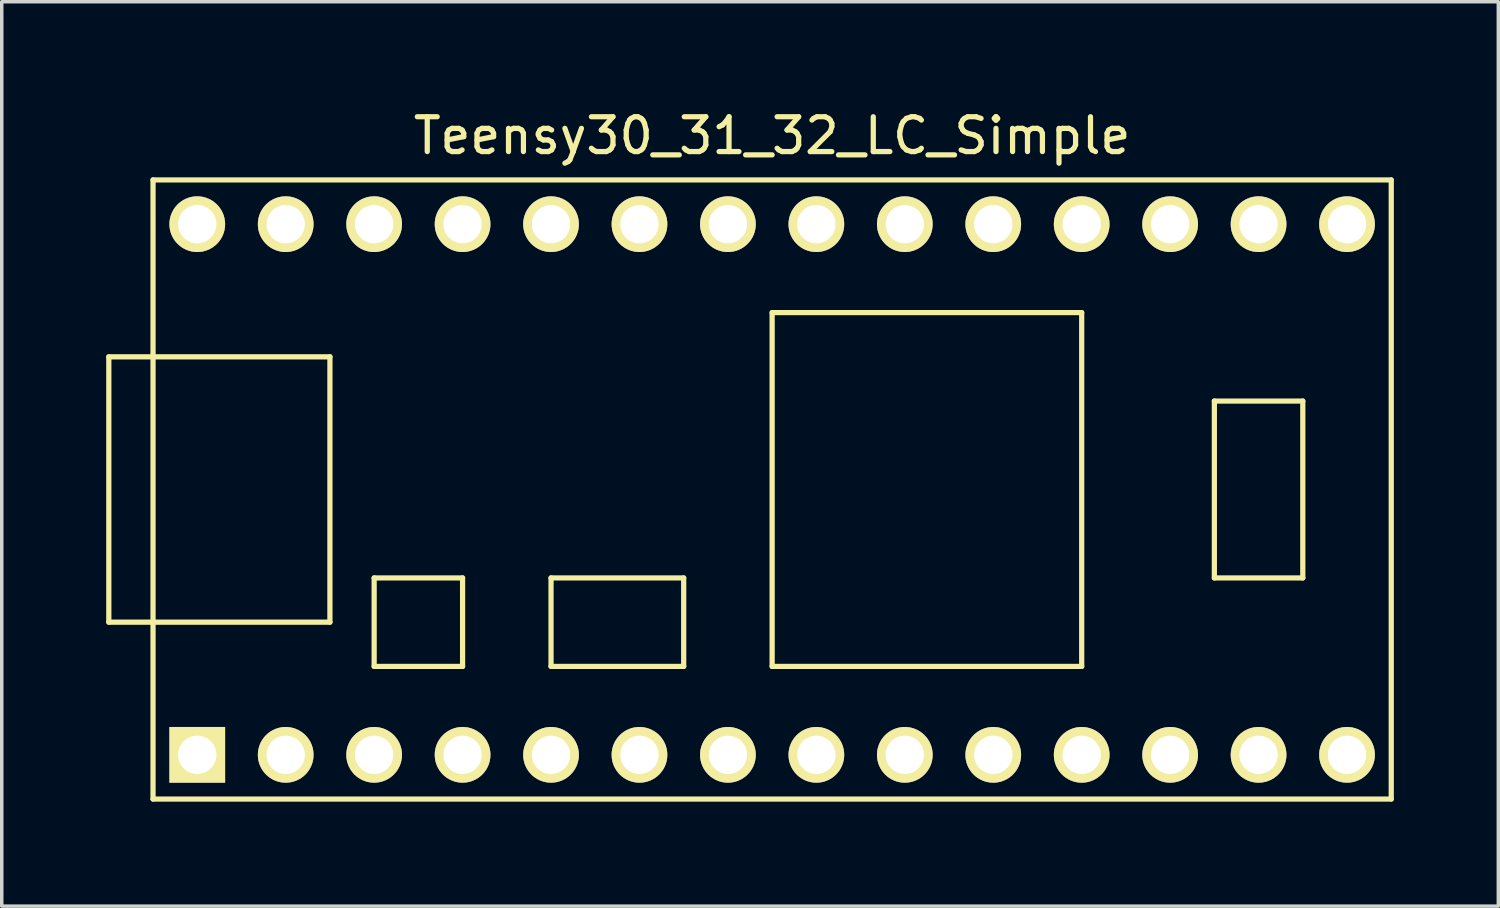
<source format=kicad_pcb>
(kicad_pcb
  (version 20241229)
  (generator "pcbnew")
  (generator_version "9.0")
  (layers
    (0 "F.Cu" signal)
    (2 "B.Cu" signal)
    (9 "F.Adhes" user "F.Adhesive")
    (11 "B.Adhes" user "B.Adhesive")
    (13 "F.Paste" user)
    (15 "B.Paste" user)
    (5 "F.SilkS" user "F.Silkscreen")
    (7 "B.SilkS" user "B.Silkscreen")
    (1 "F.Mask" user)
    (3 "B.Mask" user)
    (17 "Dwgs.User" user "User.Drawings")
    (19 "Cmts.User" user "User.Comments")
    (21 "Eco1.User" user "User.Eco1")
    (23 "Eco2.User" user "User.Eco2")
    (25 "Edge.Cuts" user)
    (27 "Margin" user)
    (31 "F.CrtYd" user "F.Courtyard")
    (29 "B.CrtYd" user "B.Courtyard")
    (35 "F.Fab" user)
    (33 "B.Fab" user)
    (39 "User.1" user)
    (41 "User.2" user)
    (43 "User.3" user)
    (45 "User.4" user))
  (footprint "Teensy30_31_32_LC_Simple"
    (layer "F.Cu")
    (at 19.125 11.008)
    (property "Reference" "Teensy30_31_32_LC_Simple" (at 0 -10.16 0) (layer "F.SilkS") (effects (font (size 1 1) (thickness 0.15))))
    (attr through_hole)
    (fp_line (start -19.05 -3.81) (end -17.78 -3.81) (stroke (width 0.15) (type solid)) (layer "F.SilkS"))
    (fp_line (start -19.05 3.81) (end -19.05 -3.81) (stroke (width 0.15) (type solid)) (layer "F.SilkS"))
    (fp_line (start -17.78 -8.89) (end 17.78 -8.89) (stroke (width 0.15) (type solid)) (layer "F.SilkS"))
    (fp_line (start -17.78 3.81) (end -19.05 3.81) (stroke (width 0.15) (type solid)) (layer "F.SilkS"))
    (fp_line (start -17.78 8.89) (end -17.78 -8.89) (stroke (width 0.15) (type solid)) (layer "F.SilkS"))
    (fp_line (start -12.7 -3.81) (end -17.78 -3.81) (stroke (width 0.15) (type solid)) (layer "F.SilkS"))
    (fp_line (start -12.7 3.81) (end -17.78 3.81) (stroke (width 0.15) (type solid)) (layer "F.SilkS"))
    (fp_line (start -12.7 3.81) (end -12.7 -3.81) (stroke (width 0.15) (type solid)) (layer "F.SilkS"))
    (fp_line (start -11.43 2.54) (end -11.43 5.08) (stroke (width 0.15) (type solid)) (layer "F.SilkS"))
    (fp_line (start -11.43 5.08) (end -8.89 5.08) (stroke (width 0.15) (type solid)) (layer "F.SilkS"))
    (fp_line (start -8.89 2.54) (end -11.43 2.54) (stroke (width 0.15) (type solid)) (layer "F.SilkS"))
    (fp_line (start -8.89 5.08) (end -8.89 2.54) (stroke (width 0.15) (type solid)) (layer "F.SilkS"))
    (fp_line (start -6.35 2.54) (end -6.35 5.08) (stroke (width 0.15) (type solid)) (layer "F.SilkS"))
    (fp_line (start -6.35 5.08) (end -2.54 5.08) (stroke (width 0.15) (type solid)) (layer "F.SilkS"))
    (fp_line (start -2.54 2.54) (end -6.35 2.54) (stroke (width 0.15) (type solid)) (layer "F.SilkS"))
    (fp_line (start -2.54 5.08) (end -2.54 2.54) (stroke (width 0.15) (type solid)) (layer "F.SilkS"))
    (fp_line (start 0 -5.08) (end 0 5.08) (stroke (width 0.15) (type solid)) (layer "F.SilkS"))
    (fp_line (start 8.89 -5.08) (end 0 -5.08) (stroke (width 0.15) (type solid)) (layer "F.SilkS"))
    (fp_line (start 8.89 5.08) (end 0 5.08) (stroke (width 0.15) (type solid)) (layer "F.SilkS"))
    (fp_line (start 8.89 5.08) (end 8.89 -5.08) (stroke (width 0.15) (type solid)) (layer "F.SilkS"))
    (fp_line (start 12.7 -2.54) (end 15.24 -2.54) (stroke (width 0.15) (type solid)) (layer "F.SilkS"))
    (fp_line (start 12.7 2.54) (end 12.7 -2.54) (stroke (width 0.15) (type solid)) (layer "F.SilkS"))
    (fp_line (start 15.24 -2.54) (end 15.24 2.54) (stroke (width 0.15) (type solid)) (layer "F.SilkS"))
    (fp_line (start 15.24 2.54) (end 12.7 2.54) (stroke (width 0.15) (type solid)) (layer "F.SilkS"))
    (fp_line (start 17.78 -8.89) (end 17.78 8.89) (stroke (width 0.15) (type solid)) (layer "F.SilkS"))
    (fp_line (start 17.78 8.89) (end -17.78 8.89) (stroke (width 0.15) (type solid)) (layer "F.SilkS"))
    (pad "1" thru_hole rect (at -16.51 7.62) (size 1.6 1.6) (drill 1.1) (layers "*.Cu" "*.Mask" "F.SilkS"))
    (pad "2" thru_hole circle (at -13.97 7.62) (size 1.6 1.6) (drill 1.1) (layers "*.Cu" "*.Mask" "F.SilkS"))
    (pad "3" thru_hole circle (at -11.43 7.62) (size 1.6 1.6) (drill 1.1) (layers "*.Cu" "*.Mask" "F.SilkS"))
    (pad "4" thru_hole circle (at -8.89 7.62) (size 1.6 1.6) (drill 1.1) (layers "*.Cu" "*.Mask" "F.SilkS"))
    (pad "5" thru_hole circle (at -6.35 7.62) (size 1.6 1.6) (drill 1.1) (layers "*.Cu" "*.Mask" "F.SilkS"))
    (pad "6" thru_hole circle (at -3.81 7.62) (size 1.6 1.6) (drill 1.1) (layers "*.Cu" "*.Mask" "F.SilkS"))
    (pad "7" thru_hole circle (at -1.27 7.62) (size 1.6 1.6) (drill 1.1) (layers "*.Cu" "*.Mask" "F.SilkS"))
    (pad "8" thru_hole circle (at 1.27 7.62) (size 1.6 1.6) (drill 1.1) (layers "*.Cu" "*.Mask" "F.SilkS"))
    (pad "9" thru_hole circle (at 3.81 7.62) (size 1.6 1.6) (drill 1.1) (layers "*.Cu" "*.Mask" "F.SilkS"))
    (pad "10" thru_hole circle (at 6.35 7.62) (size 1.6 1.6) (drill 1.1) (layers "*.Cu" "*.Mask" "F.SilkS"))
    (pad "11" thru_hole circle (at 8.89 7.62) (size 1.6 1.6) (drill 1.1) (layers "*.Cu" "*.Mask" "F.SilkS"))
    (pad "12" thru_hole circle (at 11.43 7.62) (size 1.6 1.6) (drill 1.1) (layers "*.Cu" "*.Mask" "F.SilkS"))
    (pad "13" thru_hole circle (at 13.97 7.62) (size 1.6 1.6) (drill 1.1) (layers "*.Cu" "*.Mask" "F.SilkS"))
    (pad "14" thru_hole circle (at 16.51 7.62) (size 1.6 1.6) (drill 1.1) (layers "*.Cu" "*.Mask" "F.SilkS"))
    (pad "20" thru_hole circle (at 16.51 -7.62) (size 1.6 1.6) (drill 1.1) (layers "*.Cu" "*.Mask" "F.SilkS"))
    (pad "21" thru_hole circle (at 13.97 -7.62) (size 1.6 1.6) (drill 1.1) (layers "*.Cu" "*.Mask" "F.SilkS"))
    (pad "22" thru_hole circle (at 11.43 -7.62) (size 1.6 1.6) (drill 1.1) (layers "*.Cu" "*.Mask" "F.SilkS"))
    (pad "23" thru_hole circle (at 8.89 -7.62) (size 1.6 1.6) (drill 1.1) (layers "*.Cu" "*.Mask" "F.SilkS"))
    (pad "24" thru_hole circle (at 6.35 -7.62) (size 1.6 1.6) (drill 1.1) (layers "*.Cu" "*.Mask" "F.SilkS"))
    (pad "25" thru_hole circle (at 3.81 -7.62) (size 1.6 1.6) (drill 1.1) (layers "*.Cu" "*.Mask" "F.SilkS"))
    (pad "26" thru_hole circle (at 1.27 -7.62) (size 1.6 1.6) (drill 1.1) (layers "*.Cu" "*.Mask" "F.SilkS"))
    (pad "27" thru_hole circle (at -1.27 -7.62) (size 1.6 1.6) (drill 1.1) (layers "*.Cu" "*.Mask" "F.SilkS"))
    (pad "28" thru_hole circle (at -3.81 -7.62) (size 1.6 1.6) (drill 1.1) (layers "*.Cu" "*.Mask" "F.SilkS"))
    (pad "29" thru_hole circle (at -6.35 -7.62) (size 1.6 1.6) (drill 1.1) (layers "*.Cu" "*.Mask" "F.SilkS"))
    (pad "30" thru_hole circle (at -8.89 -7.62) (size 1.6 1.6) (drill 1.1) (layers "*.Cu" "*.Mask" "F.SilkS"))
    (pad "31" thru_hole circle (at -11.43 -7.62) (size 1.6 1.6) (drill 1.1) (layers "*.Cu" "*.Mask" "F.SilkS"))
    (pad "32" thru_hole circle (at -13.97 -7.62) (size 1.6 1.6) (drill 1.1) (layers "*.Cu" "*.Mask" "F.SilkS"))
    (pad "33" thru_hole circle (at -16.51 -7.62) (size 1.6 1.6) (drill 1.1) (layers "*.Cu" "*.Mask" "F.SilkS")))
  (gr_rect
    (start -3 -3)
    (end 39.98 22.973)
    (stroke (width 0.1) (type default))
    (fill no)
    (layer "Edge.Cuts")))
</source>
